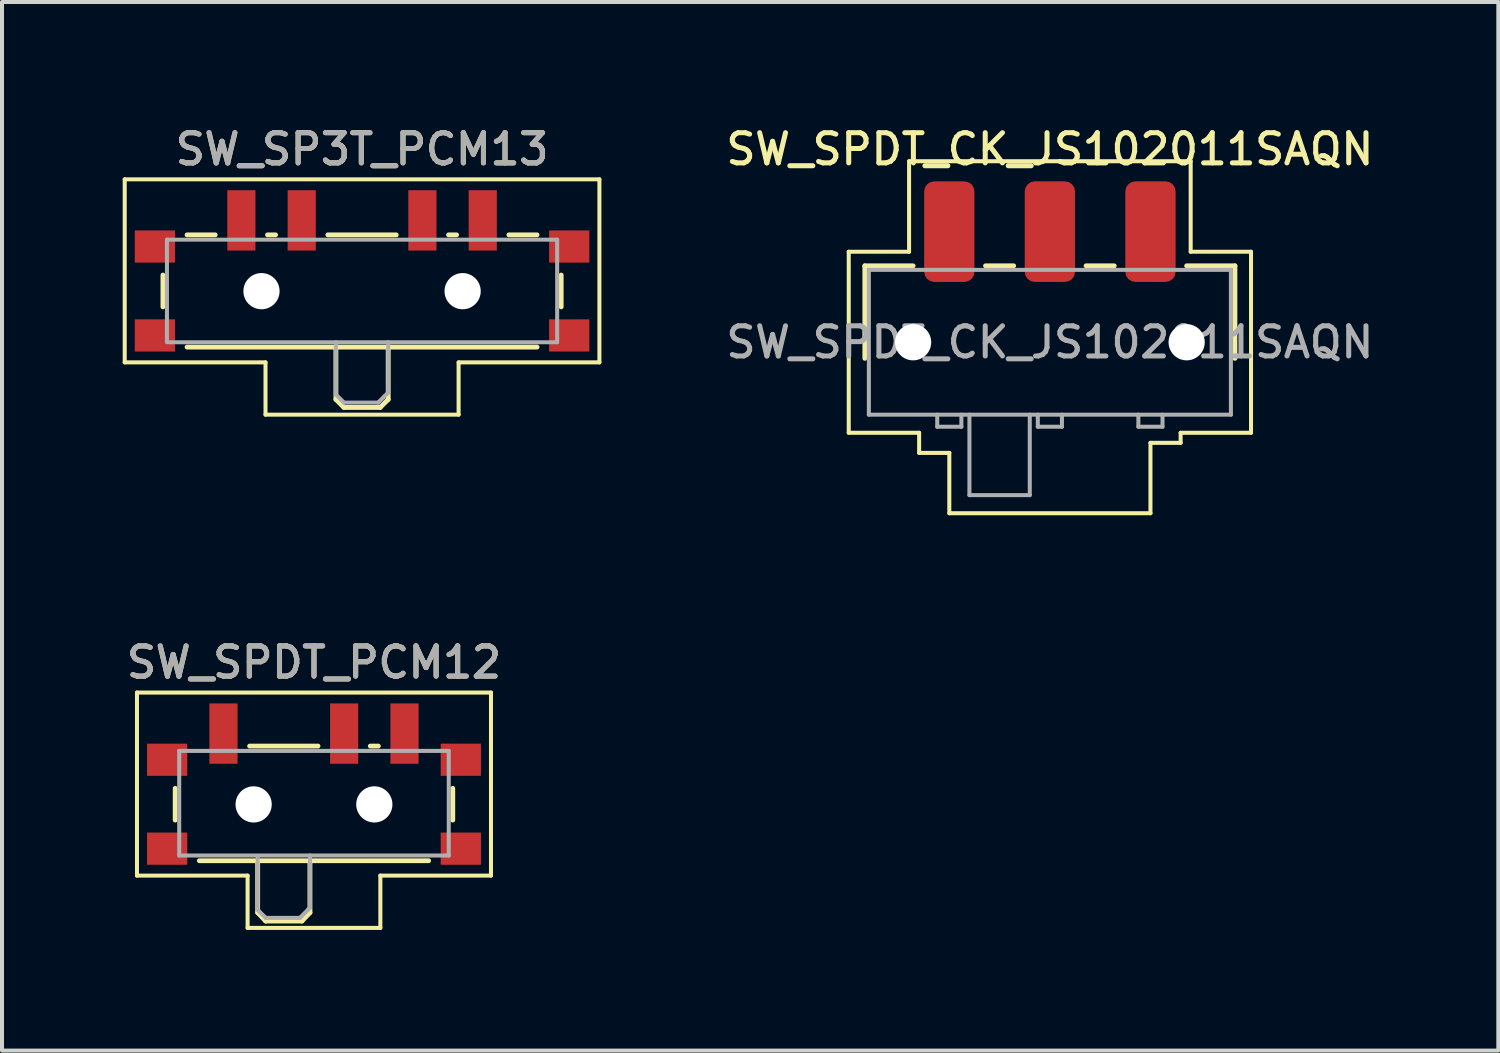
<source format=kicad_pcb>
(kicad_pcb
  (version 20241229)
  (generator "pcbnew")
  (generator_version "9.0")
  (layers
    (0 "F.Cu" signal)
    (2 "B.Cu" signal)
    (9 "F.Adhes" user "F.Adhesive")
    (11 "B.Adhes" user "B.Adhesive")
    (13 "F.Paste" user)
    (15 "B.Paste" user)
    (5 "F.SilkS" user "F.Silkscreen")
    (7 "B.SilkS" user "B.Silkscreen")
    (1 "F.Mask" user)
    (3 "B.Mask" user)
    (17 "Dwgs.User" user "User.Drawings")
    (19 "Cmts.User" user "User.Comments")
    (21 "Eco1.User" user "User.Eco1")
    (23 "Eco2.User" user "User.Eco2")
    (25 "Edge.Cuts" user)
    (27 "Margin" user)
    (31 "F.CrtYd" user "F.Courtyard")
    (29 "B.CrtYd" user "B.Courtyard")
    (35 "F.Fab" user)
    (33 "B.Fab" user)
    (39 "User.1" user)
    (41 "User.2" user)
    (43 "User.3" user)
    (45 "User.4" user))
  (footprint "SW_SPDT_CK_JS102011SAQN"
    (layer "F.Cu")
    (at 23.048 5.458)
    (property "Reference" "SW_SPDT_CK_JS102011SAQN" (at 0 -4.8 0) (layer "F.SilkS") (effects (font (size 0.75 0.75) (thickness 0.125))))
    (attr smd)
    (fp_line (start -5 -2.25) (end -5 2.25) (stroke (width 0.1) (type solid)) (layer "F.SilkS"))
    (fp_line (start -5 2.25) (end -3.25 2.25) (stroke (width 0.1) (type solid)) (layer "F.SilkS"))
    (fp_line (start -4.6 -1.9) (end -3.4 -1.9) (stroke (width 0.12) (type solid)) (layer "F.SilkS"))
    (fp_line (start -4.6 0.4) (end -4.6 -1.9) (stroke (width 0.12) (type solid)) (layer "F.SilkS"))
    (fp_line (start -3.5 -4.5) (end -3.5 -2.25) (stroke (width 0.1) (type solid)) (layer "F.SilkS"))
    (fp_line (start -3.5 -2.25) (end -5 -2.25) (stroke (width 0.1) (type solid)) (layer "F.SilkS"))
    (fp_line (start -3.25 2.25) (end -3.25 2.75) (stroke (width 0.1) (type solid)) (layer "F.SilkS"))
    (fp_line (start -3.25 2.75) (end -2.5 2.75) (stroke (width 0.1) (type solid)) (layer "F.SilkS"))
    (fp_line (start -2.5 2.75) (end -2.5 4.25) (stroke (width 0.1) (type solid)) (layer "F.SilkS"))
    (fp_line (start -2.5 4.25) (end 2.5 4.25) (stroke (width 0.1) (type solid)) (layer "F.SilkS"))
    (fp_line (start -0.9 -1.9) (end -1.6 -1.9) (stroke (width 0.12) (type solid)) (layer "F.SilkS"))
    (fp_line (start 1.6 -1.9) (end 0.9 -1.9) (stroke (width 0.12) (type solid)) (layer "F.SilkS"))
    (fp_line (start 2.5 2.5) (end 3.25 2.5) (stroke (width 0.1) (type solid)) (layer "F.SilkS"))
    (fp_line (start 2.5 4.25) (end 2.5 2.5) (stroke (width 0.1) (type solid)) (layer "F.SilkS"))
    (fp_line (start 3.25 2.25) (end 5 2.25) (stroke (width 0.1) (type solid)) (layer "F.SilkS"))
    (fp_line (start 3.25 2.5) (end 3.25 2.25) (stroke (width 0.1) (type solid)) (layer "F.SilkS"))
    (fp_line (start 3.4 -1.9) (end 4.6 -1.9) (stroke (width 0.12) (type solid)) (layer "F.SilkS"))
    (fp_line (start 3.5 -4.5) (end -3.5 -4.5) (stroke (width 0.1) (type solid)) (layer "F.SilkS"))
    (fp_line (start 3.5 -2.25) (end 3.5 -4.5) (stroke (width 0.1) (type solid)) (layer "F.SilkS"))
    (fp_line (start 4.6 -1.9) (end 4.6 0.4) (stroke (width 0.12) (type solid)) (layer "F.SilkS"))
    (fp_line (start 5 -2.25) (end 3.5 -2.25) (stroke (width 0.1) (type solid)) (layer "F.SilkS"))
    (fp_line (start 5 2.25) (end 5 -2.25) (stroke (width 0.1) (type solid)) (layer "F.SilkS"))
    (fp_line (start -4.5 -1.8) (end -4.5 1.8) (stroke (width 0.1) (type solid)) (layer "F.Fab"))
    (fp_line (start -4.5 -1.8) (end 4.5 -1.8) (stroke (width 0.1) (type solid)) (layer "F.Fab"))
    (fp_line (start -2.8 2.1) (end -2.8 1.8) (stroke (width 0.1) (type solid)) (layer "F.Fab"))
    (fp_line (start -2.2 1.8) (end -2.2 2.1) (stroke (width 0.1) (type solid)) (layer "F.Fab"))
    (fp_line (start -2.2 2.1) (end -2.8 2.1) (stroke (width 0.1) (type solid)) (layer "F.Fab"))
    (fp_line (start -2 3.8) (end -2 1.8) (stroke (width 0.1) (type solid)) (layer "F.Fab"))
    (fp_line (start -0.5 1.8) (end -0.5 3.8) (stroke (width 0.1) (type solid)) (layer "F.Fab"))
    (fp_line (start -0.5 3.8) (end -2 3.8) (stroke (width 0.1) (type solid)) (layer "F.Fab"))
    (fp_line (start -0.3 2.1) (end -0.3 1.8) (stroke (width 0.1) (type solid)) (layer "F.Fab"))
    (fp_line (start 0.3 1.8) (end 0.3 2.1) (stroke (width 0.1) (type solid)) (layer "F.Fab"))
    (fp_line (start 0.3 2.1) (end -0.3 2.1) (stroke (width 0.1) (type solid)) (layer "F.Fab"))
    (fp_line (start 2.2 1.8) (end 2.2 2.1) (stroke (width 0.1) (type solid)) (layer "F.Fab"))
    (fp_line (start 2.2 2.1) (end 2.8 2.1) (stroke (width 0.1) (type solid)) (layer "F.Fab"))
    (fp_line (start 2.8 2.1) (end 2.8 1.8) (stroke (width 0.1) (type solid)) (layer "F.Fab"))
    (fp_line (start 4.5 -1.8) (end 4.5 1.8) (stroke (width 0.1) (type solid)) (layer "F.Fab"))
    (fp_line (start 4.5 1.8) (end -4.5 1.8) (stroke (width 0.1) (type solid)) (layer "F.Fab"))
    (fp_text user "${REFERENCE}" (at 0 0 0) (layer "F.Fab") (effects (font (size 0.75 0.75) (thickness 0.125))))
    (pad "" np_thru_hole circle (at -3.4 0) (size 0.9 0.9) (drill 0.9) (layers "*.Cu" "*.Mask"))
    (pad "" np_thru_hole circle (at 3.4 0) (size 0.9 0.9) (drill 0.9) (layers "*.Cu" "*.Mask"))
    (pad "1" smd roundrect (at -2.5 -2.75) (size 1.25 2.5) (layers "F.Cu" "F.Mask" "F.Paste") (roundrect_rratio 0.2))
    (pad "2" smd roundrect (at 0 -2.75) (size 1.25 2.5) (layers "F.Cu" "F.Mask" "F.Paste") (roundrect_rratio 0.2))
    (pad "3" smd roundrect (at 2.5 -2.75) (size 1.25 2.5) (layers "F.Cu" "F.Mask" "F.Paste") (roundrect_rratio 0.2)))
  (footprint "SW_SP3T_PCM13"
    (layer "F.Cu")
    (at 5.95 3.858)
    (property "Reference" "SW_SP3T_PCM13" (at 0 -3.2 0) (layer "F.SilkS") (effects (font (size 0.75 0.75) (thickness 0.125))))
    (attr smd)
    (fp_line (start -5.9 -2.45) (end 5.9 -2.45) (stroke (width 0.1) (type solid)) (layer "F.SilkS"))
    (fp_line (start -5.9 2.1) (end -5.9 -2.45) (stroke (width 0.1) (type solid)) (layer "F.SilkS"))
    (fp_line (start -4.95 -0.07) (end -4.95 0.72) (stroke (width 0.12) (type solid)) (layer "F.SilkS"))
    (fp_line (start -4.35 -1.07) (end -3.65 -1.07) (stroke (width 0.12) (type solid)) (layer "F.SilkS"))
    (fp_line (start -4.35 1.72) (end 4.35 1.72) (stroke (width 0.12) (type solid)) (layer "F.SilkS"))
    (fp_line (start -2.4 2.1) (end -5.9 2.1) (stroke (width 0.1) (type solid)) (layer "F.SilkS"))
    (fp_line (start -2.4 3.4) (end -2.4 2.1) (stroke (width 0.1) (type solid)) (layer "F.SilkS"))
    (fp_line (start -2.35 -1.07) (end -2.15 -1.07) (stroke (width 0.12) (type solid)) (layer "F.SilkS"))
    (fp_line (start -0.85 -1.07) (end 0.85 -1.07) (stroke (width 0.12) (type solid)) (layer "F.SilkS"))
    (fp_line (start -0.65 1.72) (end -0.65 3.02) (stroke (width 0.12) (type solid)) (layer "F.SilkS"))
    (fp_line (start -0.65 3.02) (end -0.45 3.22) (stroke (width 0.12) (type solid)) (layer "F.SilkS"))
    (fp_line (start 0.45 3.22) (end -0.45 3.22) (stroke (width 0.12) (type solid)) (layer "F.SilkS"))
    (fp_line (start 0.65 3.02) (end 0.45 3.22) (stroke (width 0.12) (type solid)) (layer "F.SilkS"))
    (fp_line (start 0.65 3.02) (end 0.65 1.72) (stroke (width 0.12) (type solid)) (layer "F.SilkS"))
    (fp_line (start 2.15 -1.07) (end 2.35 -1.07) (stroke (width 0.12) (type solid)) (layer "F.SilkS"))
    (fp_line (start 2.4 2.1) (end 2.4 3.4) (stroke (width 0.1) (type solid)) (layer "F.SilkS"))
    (fp_line (start 2.4 3.4) (end -2.4 3.4) (stroke (width 0.1) (type solid)) (layer "F.SilkS"))
    (fp_line (start 3.65 -1.07) (end 4.35 -1.07) (stroke (width 0.12) (type solid)) (layer "F.SilkS"))
    (fp_line (start 4.95 0.72) (end 4.95 -0.07) (stroke (width 0.12) (type solid)) (layer "F.SilkS"))
    (fp_line (start 5.9 -2.45) (end 5.9 2.1) (stroke (width 0.1) (type solid)) (layer "F.SilkS"))
    (fp_line (start 5.9 2.1) (end 2.4 2.1) (stroke (width 0.1) (type solid)) (layer "F.SilkS"))
    (fp_line (start -4.85 -0.95) (end 4.85 -0.95) (stroke (width 0.1) (type solid)) (layer "F.Fab"))
    (fp_line (start -4.85 1.6) (end -4.85 -0.95) (stroke (width 0.1) (type solid)) (layer "F.Fab"))
    (fp_line (start -0.65 1.6) (end -0.65 2.9) (stroke (width 0.1) (type solid)) (layer "F.Fab"))
    (fp_line (start -0.65 2.9) (end -0.45 3.1) (stroke (width 0.1) (type solid)) (layer "F.Fab"))
    (fp_line (start -0.45 3.1) (end 0.4 3.1) (stroke (width 0.1) (type solid)) (layer "F.Fab"))
    (fp_line (start 0.4 3.1) (end 0.55 2.95) (stroke (width 0.1) (type solid)) (layer "F.Fab"))
    (fp_line (start 0.55 2.95) (end 0.65 2.85) (stroke (width 0.1) (type solid)) (layer "F.Fab"))
    (fp_line (start 0.65 2.85) (end 0.65 1.6) (stroke (width 0.1) (type solid)) (layer "F.Fab"))
    (fp_line (start 4.85 -0.95) (end 4.85 1.6) (stroke (width 0.1) (type solid)) (layer "F.Fab"))
    (fp_line (start 4.85 1.6) (end -4.8 1.6) (stroke (width 0.1) (type solid)) (layer "F.Fab"))
    (fp_text user "${REFERENCE}" (at 0 -3.2 0) (layer "F.Fab") (effects (font (size 0.75 0.75) (thickness 0.125))))
    (pad "" smd rect (at -5.15 -0.78) (size 1 0.8) (layers "F.Cu" "F.Mask" "F.Paste"))
    (pad "" smd rect (at -5.15 1.43) (size 1 0.8) (layers "F.Cu" "F.Mask" "F.Paste"))
    (pad "" np_thru_hole circle (at -2.5 0.33) (size 0.9 0.9) (drill 0.9) (layers "*.Cu" "*.Mask"))
    (pad "" np_thru_hole circle (at 2.5 0.33) (size 0.9 0.9) (drill 0.9) (layers "*.Cu" "*.Mask"))
    (pad "" smd rect (at 5.15 -0.78) (size 1 0.8) (layers "F.Cu" "F.Mask" "F.Paste"))
    (pad "" smd rect (at 5.15 1.43) (size 1 0.8) (layers "F.Cu" "F.Mask" "F.Paste"))
    (pad "1" smd rect (at -3 -1.43) (size 0.7 1.5) (layers "F.Cu" "F.Mask" "F.Paste"))
    (pad "2" smd rect (at -1.5 -1.43) (size 0.7 1.5) (layers "F.Cu" "F.Mask" "F.Paste"))
    (pad "3" smd rect (at 1.5 -1.43) (size 0.7 1.5) (layers "F.Cu" "F.Mask" "F.Paste"))
    (pad "4" smd rect (at 3 -1.43) (size 0.7 1.5) (layers "F.Cu" "F.Mask" "F.Paste")))
  (footprint "SW_SPDT_PCM12"
    (layer "F.Cu")
    (at 4.755 16.616)
    (property "Reference" "SW_SPDT_PCM12" (at 0 -3.2 0) (layer "F.SilkS") (effects (font (size 0.75 0.75) (thickness 0.125))))
    (attr smd)
    (fp_line (start -4.4 -2.45) (end 4.4 -2.45) (stroke (width 0.1) (type solid)) (layer "F.SilkS"))
    (fp_line (start -4.4 2.1) (end -4.4 -2.45) (stroke (width 0.1) (type solid)) (layer "F.SilkS"))
    (fp_line (start -3.45 -0.07) (end -3.45 0.72) (stroke (width 0.12) (type solid)) (layer "F.SilkS"))
    (fp_line (start -2.85 1.73) (end 2.85 1.73) (stroke (width 0.12) (type solid)) (layer "F.SilkS"))
    (fp_line (start -1.65 2.1) (end -4.4 2.1) (stroke (width 0.1) (type solid)) (layer "F.SilkS"))
    (fp_line (start -1.65 3.4) (end -1.65 2.1) (stroke (width 0.1) (type solid)) (layer "F.SilkS"))
    (fp_line (start -1.6 -1.12) (end 0.1 -1.12) (stroke (width 0.12) (type solid)) (layer "F.SilkS"))
    (fp_line (start -1.4 1.73) (end -1.4 3.02) (stroke (width 0.12) (type solid)) (layer "F.SilkS"))
    (fp_line (start -1.4 3.02) (end -1.2 3.23) (stroke (width 0.12) (type solid)) (layer "F.SilkS"))
    (fp_line (start -1.2 3.23) (end -0.3 3.23) (stroke (width 0.12) (type solid)) (layer "F.SilkS"))
    (fp_line (start -0.1 3.02) (end -0.3 3.23) (stroke (width 0.12) (type solid)) (layer "F.SilkS"))
    (fp_line (start -0.1 3.02) (end -0.1 1.73) (stroke (width 0.12) (type solid)) (layer "F.SilkS"))
    (fp_line (start 1.4 -1.12) (end 1.6 -1.12) (stroke (width 0.12) (type solid)) (layer "F.SilkS"))
    (fp_line (start 1.65 2.1) (end 1.65 3.4) (stroke (width 0.1) (type solid)) (layer "F.SilkS"))
    (fp_line (start 1.65 3.4) (end -1.65 3.4) (stroke (width 0.1) (type solid)) (layer "F.SilkS"))
    (fp_line (start 3.45 0.72) (end 3.45 -0.07) (stroke (width 0.12) (type solid)) (layer "F.SilkS"))
    (fp_line (start 4.4 -2.45) (end 4.4 2.1) (stroke (width 0.1) (type solid)) (layer "F.SilkS"))
    (fp_line (start 4.4 2.1) (end 1.65 2.1) (stroke (width 0.1) (type solid)) (layer "F.SilkS"))
    (fp_line (start -3.35 -1) (end -3.35 1.6) (stroke (width 0.1) (type solid)) (layer "F.Fab"))
    (fp_line (start -3.35 1.6) (end 3.35 1.6) (stroke (width 0.1) (type solid)) (layer "F.Fab"))
    (fp_line (start -1.4 1.65) (end -1.4 2.95) (stroke (width 0.1) (type solid)) (layer "F.Fab"))
    (fp_line (start -1.4 2.95) (end -1.2 3.15) (stroke (width 0.1) (type solid)) (layer "F.Fab"))
    (fp_line (start -1.2 3.15) (end -0.35 3.15) (stroke (width 0.1) (type solid)) (layer "F.Fab"))
    (fp_line (start -0.35 3.15) (end -0.15 2.95) (stroke (width 0.1) (type solid)) (layer "F.Fab"))
    (fp_line (start -0.15 2.95) (end -0.1 2.9) (stroke (width 0.1) (type solid)) (layer "F.Fab"))
    (fp_line (start -0.1 2.9) (end -0.1 1.6) (stroke (width 0.1) (type solid)) (layer "F.Fab"))
    (fp_line (start 3.35 -1) (end -3.35 -1) (stroke (width 0.1) (type solid)) (layer "F.Fab"))
    (fp_line (start 3.35 1.6) (end 3.35 -1) (stroke (width 0.1) (type solid)) (layer "F.Fab"))
    (fp_text user "${REFERENCE}" (at 0 -3.2 0) (layer "F.Fab") (effects (font (size 0.75 0.75) (thickness 0.125))))
    (pad "" smd rect (at -3.65 -0.78) (size 1 0.8) (layers "F.Cu" "F.Mask" "F.Paste"))
    (pad "" smd rect (at -3.65 1.43) (size 1 0.8) (layers "F.Cu" "F.Mask" "F.Paste"))
    (pad "" np_thru_hole circle (at -1.5 0.33) (size 0.9 0.9) (drill 0.9) (layers "*.Cu" "*.Mask"))
    (pad "" np_thru_hole circle (at 1.5 0.33) (size 0.9 0.9) (drill 0.9) (layers "*.Cu" "*.Mask"))
    (pad "" smd rect (at 3.65 -0.78) (size 1 0.8) (layers "F.Cu" "F.Mask" "F.Paste"))
    (pad "" smd rect (at 3.65 1.43) (size 1 0.8) (layers "F.Cu" "F.Mask" "F.Paste"))
    (pad "1" smd rect (at -2.25 -1.43) (size 0.7 1.5) (layers "F.Cu" "F.Mask" "F.Paste"))
    (pad "2" smd rect (at 0.75 -1.43) (size 0.7 1.5) (layers "F.Cu" "F.Mask" "F.Paste"))
    (pad "3" smd rect (at 2.25 -1.43) (size 0.7 1.5) (layers "F.Cu" "F.Mask" "F.Paste")))
  (gr_rect
    (start -3 -3)
    (end 34.196 23.066)
    (stroke (width 0.1) (type default))
    (fill no)
    (layer "Edge.Cuts")))
</source>
